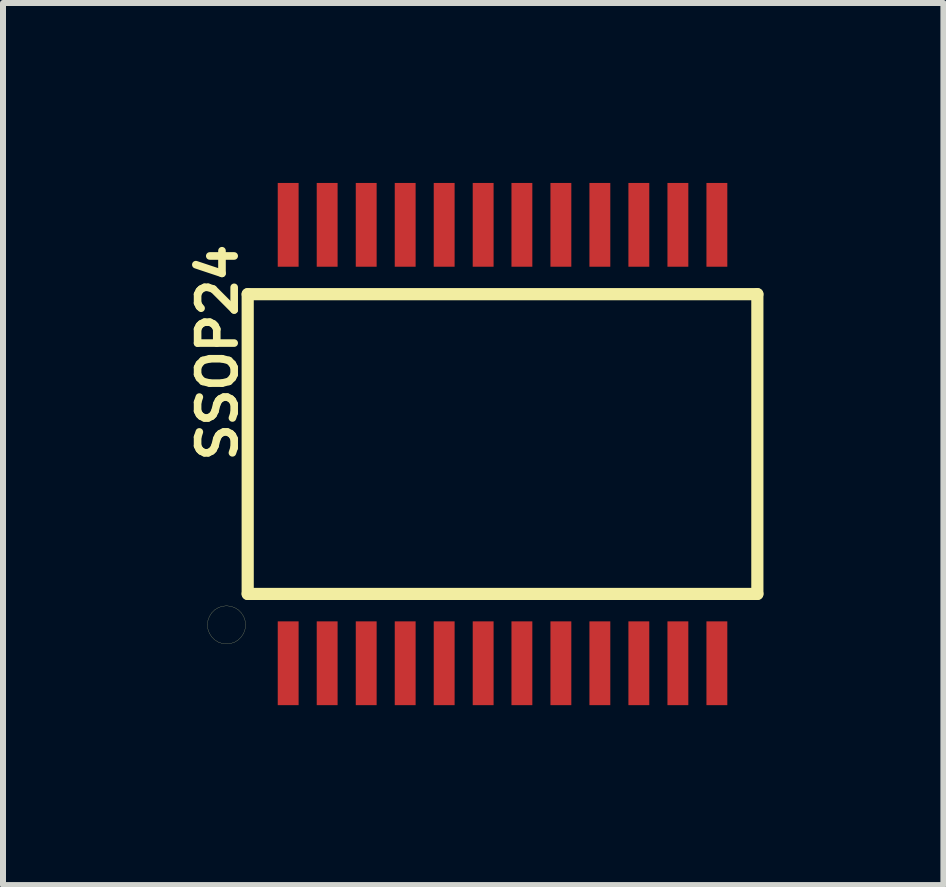
<source format=kicad_pcb>
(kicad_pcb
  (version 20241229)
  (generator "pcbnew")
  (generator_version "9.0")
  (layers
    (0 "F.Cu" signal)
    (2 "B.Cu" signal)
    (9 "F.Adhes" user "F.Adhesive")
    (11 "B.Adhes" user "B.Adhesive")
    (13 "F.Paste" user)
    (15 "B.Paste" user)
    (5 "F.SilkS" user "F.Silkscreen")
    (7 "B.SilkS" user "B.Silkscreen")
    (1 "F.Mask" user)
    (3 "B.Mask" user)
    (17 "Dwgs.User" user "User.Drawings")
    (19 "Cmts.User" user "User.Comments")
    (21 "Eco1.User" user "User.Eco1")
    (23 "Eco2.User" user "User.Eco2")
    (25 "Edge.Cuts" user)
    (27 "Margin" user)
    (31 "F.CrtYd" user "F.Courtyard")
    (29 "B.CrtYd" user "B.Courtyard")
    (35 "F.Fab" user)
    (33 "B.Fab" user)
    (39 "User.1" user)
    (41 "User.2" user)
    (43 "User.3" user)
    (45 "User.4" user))
  (footprint "SSOP24"
    (layer "F.Cu")
    (at 5.329 4.354)
    (property "Reference" "SSOP24" (at -4.75 -1.524 90) (layer "F.SilkS") (effects (font (size 0.61 0.61) (thickness 0.127))))
    (attr smd)
    (fp_line (start -4.92 3.015) (end -4.912 3.086) (stroke (width 0.003) (type solid)) (layer "F.SilkS"))
    (fp_line (start -4.912 2.944) (end -4.92 3.015) (stroke (width 0.003) (type solid)) (layer "F.SilkS"))
    (fp_line (start -4.912 3.086) (end -4.889 3.152) (stroke (width 0.003) (type solid)) (layer "F.SilkS"))
    (fp_line (start -4.889 2.878) (end -4.912 2.944) (stroke (width 0.003) (type solid)) (layer "F.SilkS"))
    (fp_line (start -4.889 3.152) (end -4.851 3.213) (stroke (width 0.003) (type solid)) (layer "F.SilkS"))
    (fp_line (start -4.851 2.817) (end -4.889 2.878) (stroke (width 0.003) (type solid)) (layer "F.SilkS"))
    (fp_line (start -4.851 3.213) (end -4.801 3.264) (stroke (width 0.003) (type solid)) (layer "F.SilkS"))
    (fp_line (start -4.801 2.766) (end -4.851 2.817) (stroke (width 0.003) (type solid)) (layer "F.SilkS"))
    (fp_line (start -4.801 3.264) (end -4.74 3.302) (stroke (width 0.003) (type solid)) (layer "F.SilkS"))
    (fp_line (start -4.74 2.728) (end -4.801 2.766) (stroke (width 0.003) (type solid)) (layer "F.SilkS"))
    (fp_line (start -4.74 3.302) (end -4.674 3.325) (stroke (width 0.003) (type solid)) (layer "F.SilkS"))
    (fp_line (start -4.674 2.705) (end -4.74 2.728) (stroke (width 0.003) (type solid)) (layer "F.SilkS"))
    (fp_line (start -4.674 3.325) (end -4.602 3.332) (stroke (width 0.003) (type solid)) (layer "F.SilkS"))
    (fp_line (start -4.602 2.697) (end -4.674 2.705) (stroke (width 0.003) (type solid)) (layer "F.SilkS"))
    (fp_line (start -4.602 3.332) (end -4.531 3.325) (stroke (width 0.003) (type solid)) (layer "F.SilkS"))
    (fp_line (start -4.531 2.705) (end -4.602 2.697) (stroke (width 0.003) (type solid)) (layer "F.SilkS"))
    (fp_line (start -4.531 3.325) (end -4.465 3.302) (stroke (width 0.003) (type solid)) (layer "F.SilkS"))
    (fp_line (start -4.465 2.728) (end -4.531 2.705) (stroke (width 0.003) (type solid)) (layer "F.SilkS"))
    (fp_line (start -4.465 3.302) (end -4.404 3.264) (stroke (width 0.003) (type solid)) (layer "F.SilkS"))
    (fp_line (start -4.404 2.766) (end -4.465 2.728) (stroke (width 0.003) (type solid)) (layer "F.SilkS"))
    (fp_line (start -4.404 3.264) (end -4.354 3.213) (stroke (width 0.003) (type solid)) (layer "F.SilkS"))
    (fp_line (start -4.354 2.817) (end -4.404 2.766) (stroke (width 0.003) (type solid)) (layer "F.SilkS"))
    (fp_line (start -4.354 3.213) (end -4.315 3.152) (stroke (width 0.003) (type solid)) (layer "F.SilkS"))
    (fp_line (start -4.315 2.878) (end -4.354 2.817) (stroke (width 0.003) (type solid)) (layer "F.SilkS"))
    (fp_line (start -4.315 3.152) (end -4.293 3.086) (stroke (width 0.003) (type solid)) (layer "F.SilkS"))
    (fp_line (start -4.293 2.944) (end -4.315 2.878) (stroke (width 0.003) (type solid)) (layer "F.SilkS"))
    (fp_line (start -4.293 3.086) (end -4.285 3.015) (stroke (width 0.003) (type solid)) (layer "F.SilkS"))
    (fp_line (start -4.285 3.015) (end -4.293 2.944) (stroke (width 0.003) (type solid)) (layer "F.SilkS"))
    (fp_line (start -4.249 -2.499) (end 4.249 -2.499) (stroke (width 0.203) (type solid)) (layer "F.SilkS"))
    (fp_line (start -4.249 2.499) (end -4.249 -2.499) (stroke (width 0.203) (type solid)) (layer "F.SilkS"))
    (fp_line (start 4.249 -2.499) (end 4.249 2.499) (stroke (width 0.203) (type solid)) (layer "F.SilkS"))
    (fp_line (start 4.249 2.499) (end -4.249 2.499) (stroke (width 0.203) (type solid)) (layer "F.SilkS"))
    (pad "1" smd rect (at -3.574 3.655) (size 0.348 1.397) (layers "F.Cu" "F.Mask" "F.Paste"))
    (pad "2" smd rect (at -2.924 3.655) (size 0.348 1.397) (layers "F.Cu" "F.Mask" "F.Paste"))
    (pad "3" smd rect (at -2.273 3.655) (size 0.348 1.397) (layers "F.Cu" "F.Mask" "F.Paste"))
    (pad "4" smd rect (at -1.623 3.655) (size 0.348 1.397) (layers "F.Cu" "F.Mask" "F.Paste"))
    (pad "5" smd rect (at -0.973 3.655) (size 0.348 1.397) (layers "F.Cu" "F.Mask" "F.Paste"))
    (pad "6" smd rect (at -0.323 3.655) (size 0.348 1.397) (layers "F.Cu" "F.Mask" "F.Paste"))
    (pad "7" smd rect (at 0.323 3.655) (size 0.348 1.397) (layers "F.Cu" "F.Mask" "F.Paste"))
    (pad "8" smd rect (at 0.973 3.655) (size 0.348 1.397) (layers "F.Cu" "F.Mask" "F.Paste"))
    (pad "9" smd rect (at 1.623 3.655) (size 0.348 1.397) (layers "F.Cu" "F.Mask" "F.Paste"))
    (pad "10" smd rect (at 2.273 3.655) (size 0.348 1.397) (layers "F.Cu" "F.Mask" "F.Paste"))
    (pad "11" smd rect (at 2.924 3.655) (size 0.348 1.397) (layers "F.Cu" "F.Mask" "F.Paste"))
    (pad "12" smd rect (at 3.574 3.655) (size 0.348 1.397) (layers "F.Cu" "F.Mask" "F.Paste"))
    (pad "13" smd rect (at 3.574 -3.655 180) (size 0.348 1.397) (layers "F.Cu" "F.Mask" "F.Paste"))
    (pad "14" smd rect (at 2.924 -3.655 180) (size 0.348 1.397) (layers "F.Cu" "F.Mask" "F.Paste"))
    (pad "15" smd rect (at 2.273 -3.655) (size 0.348 1.397) (layers "F.Cu" "F.Mask" "F.Paste"))
    (pad "16" smd rect (at 1.623 -3.655) (size 0.348 1.397) (layers "F.Cu" "F.Mask" "F.Paste"))
    (pad "17" smd rect (at 0.973 -3.655) (size 0.348 1.397) (layers "F.Cu" "F.Mask" "F.Paste"))
    (pad "18" smd rect (at 0.323 -3.655) (size 0.348 1.397) (layers "F.Cu" "F.Mask" "F.Paste"))
    (pad "19" smd rect (at -0.323 -3.655) (size 0.348 1.397) (layers "F.Cu" "F.Mask" "F.Paste"))
    (pad "20" smd rect (at -0.973 -3.655) (size 0.348 1.397) (layers "F.Cu" "F.Mask" "F.Paste"))
    (pad "21" smd rect (at -1.623 -3.655) (size 0.348 1.397) (layers "F.Cu" "F.Mask" "F.Paste"))
    (pad "22" smd rect (at -2.273 -3.655) (size 0.348 1.397) (layers "F.Cu" "F.Mask" "F.Paste"))
    (pad "23" smd rect (at -2.924 -3.655) (size 0.348 1.397) (layers "F.Cu" "F.Mask" "F.Paste"))
    (pad "24" smd rect (at -3.574 -3.655) (size 0.348 1.397) (layers "F.Cu" "F.Mask" "F.Paste")))
  (gr_rect
    (start -3 -3)
    (end 12.68 11.707)
    (stroke (width 0.1) (type default))
    (fill no)
    (layer "Edge.Cuts")))
</source>
